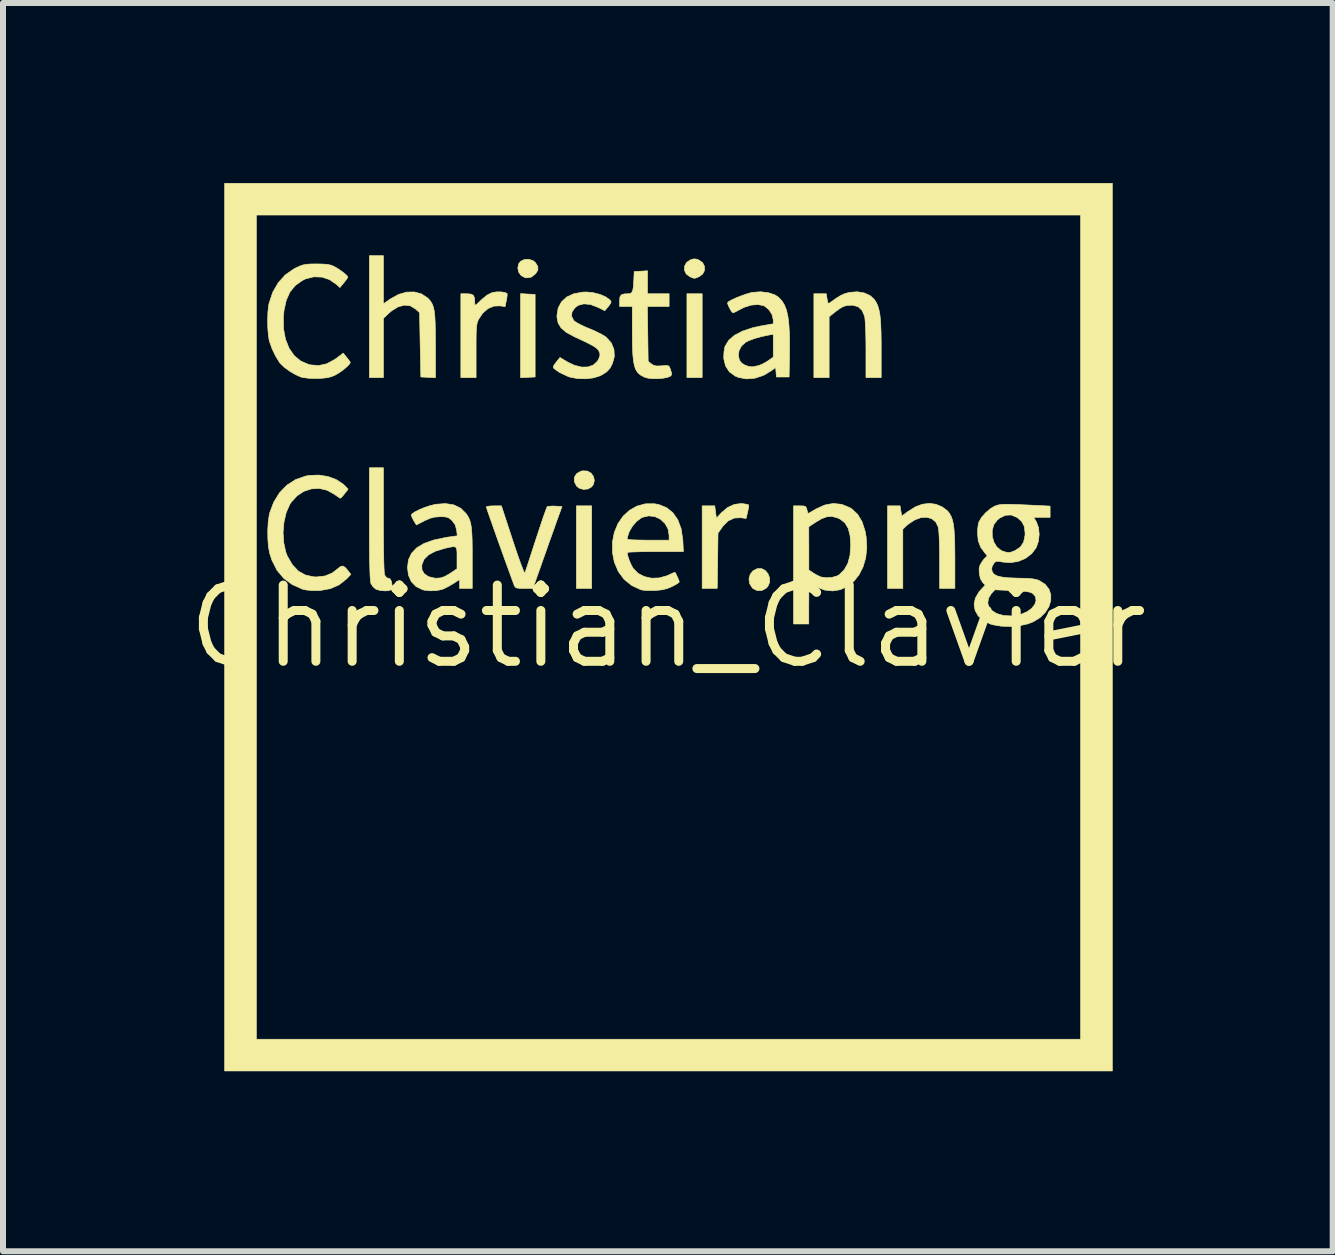
<source format=kicad_pcb>
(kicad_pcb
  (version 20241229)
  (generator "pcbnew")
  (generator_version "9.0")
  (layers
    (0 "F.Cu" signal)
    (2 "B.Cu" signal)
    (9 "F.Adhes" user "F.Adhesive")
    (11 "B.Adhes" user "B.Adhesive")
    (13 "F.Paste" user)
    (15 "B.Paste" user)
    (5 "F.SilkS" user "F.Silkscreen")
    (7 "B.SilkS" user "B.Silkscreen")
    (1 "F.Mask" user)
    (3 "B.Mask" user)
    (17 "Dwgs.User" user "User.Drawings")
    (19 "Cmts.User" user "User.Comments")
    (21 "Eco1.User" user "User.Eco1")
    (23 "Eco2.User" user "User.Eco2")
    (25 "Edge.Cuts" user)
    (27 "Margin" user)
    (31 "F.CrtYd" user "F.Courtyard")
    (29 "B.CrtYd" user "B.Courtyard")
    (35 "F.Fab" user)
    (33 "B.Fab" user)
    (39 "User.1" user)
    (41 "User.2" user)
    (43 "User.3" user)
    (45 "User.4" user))
  (footprint "Christian_Clavier"
    (layer "F.Cu")
    (at 8.081 7.392)
    (property "Reference" "Christian_Clavier" (at 0 0 0) (layer "F.SilkS") (effects (font (size 1.27 1.27) (thickness 0.15))))
    (attr through_hole)
    (fp_poly (pts (xy -1.27 -0.635) (xy -1.524 -0.635) (xy -1.524 -2.011) (xy -1.27 -2.011) (xy -1.27 -0.635)) (stroke (width 0.01) (type solid)) (fill yes) (layer "F.SilkS"))
    (fp_poly (pts (xy 0.572 -4.149) (xy 0.318 -4.149) (xy 0.318 -5.546) (xy 0.572 -5.546) (xy 0.572 -4.149)) (stroke (width 0.01) (type solid)) (fill yes) (layer "F.SilkS"))
    (fp_poly (pts (xy -2.334 -5.541) (xy -2.212 -5.535) (xy -2.212 -4.159) (xy -2.334 -4.153) (xy -2.455 -4.147) (xy -2.455 -5.548) (xy -2.334 -5.541)) (stroke (width 0.01) (type solid)) (fill yes) (layer "F.SilkS"))
    (fp_poly (pts (xy 7.408 7.408) (xy -7.387 7.408) (xy -7.387 -6.858) (xy -6.858 -6.858) (xy -6.858 6.879) (xy 6.879 6.879) (xy 6.879 -6.858) (xy -6.858 -6.858) (xy -7.387 -6.858) (xy -7.387 -7.387) (xy 7.408 -7.387) (xy 7.408 7.408)) (stroke (width 0.01) (type solid)) (fill yes) (layer "F.SilkS"))
    (fp_poly (pts (xy -1.341 -2.591) (xy -1.28 -2.556) (xy -1.239 -2.501) (xy -1.225 -2.434) (xy -1.241 -2.367) (xy -1.27 -2.328) (xy -1.333 -2.292) (xy -1.409 -2.285) (xy -1.481 -2.307) (xy -1.522 -2.342) (xy -1.559 -2.416) (xy -1.558 -2.487) (xy -1.521 -2.547) (xy -1.453 -2.587) (xy -1.418 -2.595) (xy -1.341 -2.591)) (stroke (width 0.01) (type solid)) (fill yes) (layer "F.SilkS"))
    (fp_poly (pts (xy -2.242 -6.095) (xy -2.207 -6.065) (xy -2.167 -6) (xy -2.166 -5.94) (xy -2.206 -5.877) (xy -2.207 -5.877) (xy -2.277 -5.823) (xy -2.356 -5.811) (xy -2.381 -5.815) (xy -2.445 -5.849) (xy -2.486 -5.906) (xy -2.501 -5.976) (xy -2.487 -6.043) (xy -2.457 -6.084) (xy -2.391 -6.117) (xy -2.314 -6.12) (xy -2.242 -6.095)) (stroke (width 0.01) (type solid)) (fill yes) (layer "F.SilkS"))
    (fp_poly (pts (xy 1.625 -0.933) (xy 1.67 -0.878) (xy 1.696 -0.809) (xy 1.696 -0.736) (xy 1.667 -0.669) (xy 1.641 -0.64) (xy 1.566 -0.6) (xy 1.488 -0.598) (xy 1.416 -0.635) (xy 1.407 -0.645) (xy 1.363 -0.714) (xy 1.352 -0.793) (xy 1.372 -0.868) (xy 1.42 -0.929) (xy 1.489 -0.964) (xy 1.563 -0.965) (xy 1.625 -0.933)) (stroke (width 0.01) (type solid)) (fill yes) (layer "F.SilkS"))
    (fp_poly (pts (xy 0.474 -6.124) (xy 0.518 -6.108) (xy 0.58 -6.063) (xy 0.611 -6.002) (xy 0.611 -5.934) (xy 0.579 -5.873) (xy 0.519 -5.83) (xy 0.47 -5.81) (xy 0.441 -5.803) (xy 0.411 -5.811) (xy 0.366 -5.831) (xy 0.306 -5.876) (xy 0.277 -5.938) (xy 0.279 -6.005) (xy 0.312 -6.067) (xy 0.371 -6.108) (xy 0.428 -6.127) (xy 0.474 -6.124)) (stroke (width 0.01) (type solid)) (fill yes) (layer "F.SilkS"))
    (fp_poly (pts (xy 1.25 -2.047) (xy 1.307 -2.038) (xy 1.342 -2.029) (xy 1.346 -2.026) (xy 1.347 -2.002) (xy 1.339 -1.951) (xy 1.33 -1.909) (xy 1.305 -1.801) (xy 1.217 -1.813) (xy 1.108 -1.808) (xy 1.008 -1.762) (xy 0.921 -1.676) (xy 0.904 -1.653) (xy 0.836 -1.556) (xy 0.83 -1.095) (xy 0.823 -0.635) (xy 0.572 -0.635) (xy 0.572 -2.011) (xy 0.782 -2.011) (xy 0.795 -1.908) (xy 0.809 -1.805) (xy 0.893 -1.896) (xy 0.995 -1.983) (xy 1.108 -2.035) (xy 1.223 -2.05) (xy 1.25 -2.047)) (stroke (width 0.01) (type solid)) (fill yes) (layer "F.SilkS"))
    (fp_poly (pts (xy -4.741 -1.779) (xy -4.741 -1.569) (xy -4.739 -1.378) (xy -4.737 -1.212) (xy -4.734 -1.073) (xy -4.73 -0.965) (xy -4.726 -0.892) (xy -4.721 -0.859) (xy -4.689 -0.815) (xy -4.658 -0.804) (xy -4.626 -0.792) (xy -4.606 -0.748) (xy -4.602 -0.73) (xy -4.595 -0.657) (xy -4.61 -0.615) (xy -4.654 -0.597) (xy -4.714 -0.594) (xy -4.788 -0.6) (xy -4.854 -0.617) (xy -4.871 -0.625) (xy -4.918 -0.667) (xy -4.951 -0.722) (xy -4.957 -0.763) (xy -4.963 -0.845) (xy -4.967 -0.967) (xy -4.971 -1.13) (xy -4.973 -1.335) (xy -4.974 -1.582) (xy -4.974 -1.718) (xy -4.974 -2.646) (xy -4.741 -2.646) (xy -4.741 -1.779)) (stroke (width 0.01) (type solid)) (fill yes) (layer "F.SilkS"))
    (fp_poly (pts (xy -4.741 -5.378) (xy -4.623 -5.46) (xy -4.491 -5.534) (xy -4.357 -5.573) (xy -4.227 -5.576) (xy -4.109 -5.545) (xy -4.007 -5.478) (xy -3.985 -5.457) (xy -3.953 -5.419) (xy -3.928 -5.377) (xy -3.908 -5.325) (xy -3.894 -5.26) (xy -3.884 -5.174) (xy -3.878 -5.064) (xy -3.875 -4.924) (xy -3.874 -4.748) (xy -3.873 -4.685) (xy -3.873 -4.147) (xy -3.995 -4.153) (xy -4.117 -4.159) (xy -4.128 -4.695) (xy -4.138 -5.232) (xy -4.207 -5.293) (xy -4.293 -5.345) (xy -4.39 -5.356) (xy -4.494 -5.329) (xy -4.602 -5.263) (xy -4.662 -5.211) (xy -4.741 -5.135) (xy -4.741 -4.149) (xy -4.974 -4.149) (xy -4.974 -6.181) (xy -4.741 -6.181) (xy -4.741 -5.378)) (stroke (width 0.01) (type solid)) (fill yes) (layer "F.SilkS"))
    (fp_poly (pts (xy -2.721 -5.569) (xy -2.683 -5.552) (xy -2.679 -5.548) (xy -2.678 -5.521) (xy -2.685 -5.467) (xy -2.692 -5.432) (xy -2.713 -5.331) (xy -2.792 -5.344) (xy -2.896 -5.341) (xy -2.996 -5.3) (xy -3.085 -5.223) (xy -3.156 -5.118) (xy -3.169 -5.087) (xy -3.18 -5.052) (xy -3.187 -5.006) (xy -3.192 -4.942) (xy -3.195 -4.855) (xy -3.196 -4.737) (xy -3.196 -4.594) (xy -3.196 -4.149) (xy -3.45 -4.149) (xy -3.45 -5.546) (xy -3.347 -5.546) (xy -3.28 -5.54) (xy -3.241 -5.519) (xy -3.222 -5.473) (xy -3.218 -5.394) (xy -3.218 -5.393) (xy -3.216 -5.365) (xy -3.207 -5.356) (xy -3.185 -5.371) (xy -3.142 -5.411) (xy -3.114 -5.439) (xy -3.017 -5.521) (xy -2.928 -5.565) (xy -2.923 -5.566) (xy -2.856 -5.577) (xy -2.784 -5.577) (xy -2.721 -5.569)) (stroke (width 0.01) (type solid)) (fill yes) (layer "F.SilkS"))
    (fp_poly (pts (xy 4.469 -2.037) (xy 4.573 -1.993) (xy 4.659 -1.929) (xy 4.692 -1.888) (xy 4.72 -1.839) (xy 4.741 -1.782) (xy 4.758 -1.71) (xy 4.77 -1.619) (xy 4.777 -1.504) (xy 4.782 -1.358) (xy 4.784 -1.177) (xy 4.784 -1.121) (xy 4.784 -0.635) (xy 4.53 -0.635) (xy 4.53 -1.106) (xy 4.529 -1.248) (xy 4.526 -1.38) (xy 4.522 -1.495) (xy 4.516 -1.585) (xy 4.51 -1.643) (xy 4.508 -1.655) (xy 4.466 -1.741) (xy 4.4 -1.796) (xy 4.316 -1.821) (xy 4.219 -1.815) (xy 4.115 -1.777) (xy 4.01 -1.708) (xy 3.974 -1.677) (xy 3.916 -1.622) (xy 3.916 -0.635) (xy 3.662 -0.635) (xy 3.662 -2.011) (xy 3.87 -2.011) (xy 3.884 -1.926) (xy 3.899 -1.841) (xy 4.004 -1.918) (xy 4.127 -1.995) (xy 4.242 -2.038) (xy 4.361 -2.052) (xy 4.469 -2.037)) (stroke (width 0.01) (type solid)) (fill yes) (layer "F.SilkS"))
    (fp_poly (pts (xy 3.272 -5.56) (xy 3.372 -5.515) (xy 3.438 -5.455) (xy 3.473 -5.402) (xy 3.5 -5.342) (xy 3.521 -5.269) (xy 3.537 -5.178) (xy 3.547 -5.064) (xy 3.553 -4.921) (xy 3.556 -4.744) (xy 3.556 -4.642) (xy 3.556 -4.149) (xy 3.302 -4.149) (xy 3.302 -4.62) (xy 3.301 -4.772) (xy 3.298 -4.91) (xy 3.293 -5.026) (xy 3.287 -5.114) (xy 3.28 -5.168) (xy 3.279 -5.173) (xy 3.237 -5.268) (xy 3.175 -5.328) (xy 3.088 -5.354) (xy 3.058 -5.355) (xy 2.987 -5.351) (xy 2.927 -5.335) (xy 2.865 -5.3) (xy 2.788 -5.243) (xy 2.778 -5.235) (xy 2.688 -5.162) (xy 2.688 -4.149) (xy 2.434 -4.149) (xy 2.434 -5.546) (xy 2.64 -5.546) (xy 2.654 -5.459) (xy 2.664 -5.405) (xy 2.676 -5.386) (xy 2.699 -5.394) (xy 2.715 -5.406) (xy 2.807 -5.471) (xy 2.877 -5.515) (xy 2.936 -5.543) (xy 2.995 -5.561) (xy 3.03 -5.569) (xy 3.155 -5.579) (xy 3.272 -5.56)) (stroke (width 0.01) (type solid)) (fill yes) (layer "F.SilkS"))
    (fp_poly (pts (xy -0.339 -5.546) (xy 0.021 -5.546) (xy 0.021 -5.334) (xy -0.341 -5.334) (xy -0.328 -4.42) (xy -0.275 -4.377) (xy -0.235 -4.352) (xy -0.188 -4.342) (xy -0.118 -4.344) (xy -0.102 -4.345) (xy -0.034 -4.35) (xy 0.005 -4.347) (xy 0.025 -4.33) (xy 0.04 -4.295) (xy 0.041 -4.292) (xy 0.057 -4.238) (xy 0.064 -4.199) (xy 0.044 -4.173) (xy -0.007 -4.152) (xy -0.081 -4.138) (xy -0.167 -4.13) (xy -0.255 -4.131) (xy -0.335 -4.14) (xy -0.392 -4.157) (xy -0.449 -4.187) (xy -0.495 -4.224) (xy -0.53 -4.273) (xy -0.555 -4.338) (xy -0.573 -4.425) (xy -0.584 -4.539) (xy -0.59 -4.685) (xy -0.592 -4.868) (xy -0.592 -4.884) (xy -0.593 -5.334) (xy -0.804 -5.334) (xy -0.804 -5.427) (xy -0.799 -5.491) (xy -0.777 -5.527) (xy -0.729 -5.543) (xy -0.666 -5.546) (xy -0.628 -5.549) (xy -0.603 -5.565) (xy -0.586 -5.599) (xy -0.575 -5.658) (xy -0.569 -5.751) (xy -0.566 -5.8) (xy -0.561 -5.916) (xy -0.45 -5.922) (xy -0.339 -5.929) (xy -0.339 -5.546)) (stroke (width 0.01) (type solid)) (fill yes) (layer "F.SilkS"))
    (fp_poly (pts (xy -2.585 -1.434) (xy -2.536 -1.288) (xy -2.492 -1.158) (xy -2.452 -1.048) (xy -2.42 -0.964) (xy -2.397 -0.909) (xy -2.385 -0.888) (xy -2.384 -0.889) (xy -2.374 -0.917) (xy -2.353 -0.98) (xy -2.323 -1.071) (xy -2.286 -1.186) (xy -2.243 -1.318) (xy -2.2 -1.45) (xy -2.153 -1.592) (xy -2.11 -1.722) (xy -2.073 -1.832) (xy -2.042 -1.918) (xy -2.021 -1.975) (xy -2.012 -1.996) (xy -1.983 -2.004) (xy -1.927 -2.008) (xy -1.88 -2.007) (xy -1.764 -2) (xy -1.852 -1.757) (xy -1.886 -1.66) (xy -1.931 -1.534) (xy -1.983 -1.39) (xy -2.036 -1.238) (xy -2.089 -1.089) (xy -2.094 -1.074) (xy -2.249 -0.635) (xy -2.395 -0.635) (xy -2.472 -0.636) (xy -2.518 -0.642) (xy -2.543 -0.655) (xy -2.559 -0.681) (xy -2.563 -0.693) (xy -2.586 -0.755) (xy -2.619 -0.844) (xy -2.659 -0.955) (xy -2.705 -1.081) (xy -2.754 -1.218) (xy -2.805 -1.36) (xy -2.855 -1.5) (xy -2.902 -1.633) (xy -2.944 -1.753) (xy -2.98 -1.855) (xy -3.007 -1.933) (xy -3.023 -1.981) (xy -3.027 -1.993) (xy -3.008 -2.003) (xy -2.958 -2.009) (xy -2.901 -2.011) (xy -2.774 -2.011) (xy -2.585 -1.434)) (stroke (width 0.01) (type solid)) (fill yes) (layer "F.SilkS"))
    (fp_poly (pts (xy -5.666 -2.5) (xy -5.527 -2.449) (xy -5.413 -2.374) (xy -5.385 -2.348) (xy -5.329 -2.289) (xy -5.387 -2.214) (xy -5.425 -2.168) (xy -5.452 -2.141) (xy -5.458 -2.138) (xy -5.481 -2.151) (xy -5.526 -2.181) (xy -5.555 -2.202) (xy -5.678 -2.271) (xy -5.808 -2.301) (xy -5.941 -2.294) (xy -6.067 -2.253) (xy -6.182 -2.177) (xy -6.279 -2.069) (xy -6.3 -2.037) (xy -6.361 -1.9) (xy -6.398 -1.74) (xy -6.413 -1.568) (xy -6.402 -1.398) (xy -6.368 -1.241) (xy -6.341 -1.171) (xy -6.258 -1.029) (xy -6.159 -0.924) (xy -6.041 -0.858) (xy -5.904 -0.828) (xy -5.857 -0.826) (xy -5.715 -0.842) (xy -5.594 -0.892) (xy -5.508 -0.958) (xy -5.457 -0.999) (xy -5.416 -1.008) (xy -5.374 -0.982) (xy -5.326 -0.924) (xy -5.283 -0.868) (xy -5.356 -0.793) (xy -5.479 -0.695) (xy -5.624 -0.631) (xy -5.793 -0.601) (xy -5.829 -0.599) (xy -5.941 -0.6) (xy -6.036 -0.61) (xy -6.085 -0.621) (xy -6.259 -0.698) (xy -6.401 -0.802) (xy -6.514 -0.937) (xy -6.598 -1.103) (xy -6.637 -1.222) (xy -6.657 -1.331) (xy -6.667 -1.466) (xy -6.668 -1.611) (xy -6.66 -1.75) (xy -6.642 -1.867) (xy -6.637 -1.89) (xy -6.569 -2.072) (xy -6.473 -2.228) (xy -6.351 -2.354) (xy -6.206 -2.448) (xy -6.041 -2.506) (xy -5.977 -2.518) (xy -5.819 -2.524) (xy -5.666 -2.5)) (stroke (width 0.01) (type solid)) (fill yes) (layer "F.SilkS"))
    (fp_poly (pts (xy 2.898 -2.036) (xy 3.033 -1.981) (xy 3.063 -1.962) (xy 3.162 -1.871) (xy 3.237 -1.747) (xy 3.288 -1.588) (xy 3.305 -1.496) (xy 3.316 -1.314) (xy 3.298 -1.145) (xy 3.253 -0.993) (xy 3.186 -0.861) (xy 3.098 -0.751) (xy 2.993 -0.668) (xy 2.875 -0.614) (xy 2.747 -0.593) (xy 2.611 -0.608) (xy 2.485 -0.656) (xy 2.421 -0.688) (xy 2.374 -0.711) (xy 2.355 -0.719) (xy 2.353 -0.7) (xy 2.351 -0.644) (xy 2.35 -0.561) (xy 2.35 -0.457) (xy 2.349 -0.381) (xy 2.349 -0.042) (xy 2.095 -0.042) (xy 2.095 -1.663) (xy 2.349 -1.663) (xy 2.35 -1.303) (xy 2.35 -0.942) (xy 2.422 -0.893) (xy 2.485 -0.856) (xy 2.546 -0.828) (xy 2.554 -0.825) (xy 2.64 -0.812) (xy 2.734 -0.818) (xy 2.819 -0.842) (xy 2.855 -0.862) (xy 2.941 -0.947) (xy 3.001 -1.054) (xy 3.036 -1.188) (xy 3.048 -1.353) (xy 3.048 -1.357) (xy 3.038 -1.512) (xy 3.007 -1.634) (xy 2.953 -1.725) (xy 2.875 -1.788) (xy 2.826 -1.811) (xy 2.737 -1.834) (xy 2.653 -1.83) (xy 2.561 -1.796) (xy 2.468 -1.741) (xy 2.349 -1.663) (xy 2.095 -1.663) (xy 2.095 -2.011) (xy 2.2 -2.011) (xy 2.262 -2.009) (xy 2.295 -1.999) (xy 2.311 -1.973) (xy 2.318 -1.947) (xy 2.329 -1.903) (xy 2.338 -1.884) (xy 2.338 -1.884) (xy 2.358 -1.894) (xy 2.404 -1.92) (xy 2.466 -1.957) (xy 2.612 -2.024) (xy 2.757 -2.051) (xy 2.898 -2.036)) (stroke (width 0.01) (type solid)) (fill yes) (layer "F.SilkS"))
    (fp_poly (pts (xy -1.244 -5.564) (xy -1.134 -5.536) (xy -1.038 -5.495) (xy -0.969 -5.446) (xy -0.965 -5.442) (xy -0.947 -5.416) (xy -0.951 -5.39) (xy -0.979 -5.35) (xy -0.992 -5.334) (xy -1.051 -5.263) (xy -1.165 -5.32) (xy -1.289 -5.367) (xy -1.399 -5.378) (xy -1.492 -5.354) (xy -1.547 -5.314) (xy -1.597 -5.243) (xy -1.605 -5.173) (xy -1.572 -5.106) (xy -1.561 -5.093) (xy -1.521 -5.065) (xy -1.452 -5.028) (xy -1.366 -4.988) (xy -1.307 -4.964) (xy -1.211 -4.923) (xy -1.122 -4.879) (xy -1.051 -4.838) (xy -1.025 -4.819) (xy -0.942 -4.726) (xy -0.898 -4.617) (xy -0.892 -4.498) (xy -0.922 -4.387) (xy -0.964 -4.305) (xy -1.018 -4.246) (xy -1.096 -4.196) (xy -1.132 -4.178) (xy -1.239 -4.144) (xy -1.368 -4.129) (xy -1.502 -4.132) (xy -1.625 -4.155) (xy -1.65 -4.162) (xy -1.802 -4.232) (xy -1.889 -4.293) (xy -1.909 -4.314) (xy -1.908 -4.337) (xy -1.885 -4.374) (xy -1.862 -4.404) (xy -1.798 -4.484) (xy -1.68 -4.412) (xy -1.556 -4.353) (xy -1.438 -4.324) (xy -1.331 -4.326) (xy -1.242 -4.358) (xy -1.175 -4.42) (xy -1.157 -4.45) (xy -1.134 -4.506) (xy -1.132 -4.547) (xy -1.147 -4.587) (xy -1.163 -4.613) (xy -1.188 -4.638) (xy -1.227 -4.666) (xy -1.287 -4.7) (xy -1.372 -4.743) (xy -1.487 -4.797) (xy -1.572 -4.837) (xy -1.695 -4.904) (xy -1.779 -4.977) (xy -1.829 -5.059) (xy -1.848 -5.157) (xy -1.848 -5.184) (xy -1.828 -5.309) (xy -1.772 -5.412) (xy -1.685 -5.492) (xy -1.567 -5.546) (xy -1.423 -5.573) (xy -1.355 -5.575) (xy -1.244 -5.564)) (stroke (width 0.01) (type solid)) (fill yes) (layer "F.SilkS"))
    (fp_poly (pts (xy -5.748 -6.041) (xy -5.673 -6.035) (xy -5.617 -6.023) (xy -5.567 -6.003) (xy -5.554 -5.996) (xy -5.489 -5.958) (xy -5.425 -5.913) (xy -5.372 -5.87) (xy -5.339 -5.836) (xy -5.334 -5.824) (xy -5.346 -5.8) (xy -5.378 -5.757) (xy -5.4 -5.729) (xy -5.466 -5.649) (xy -5.522 -5.701) (xy -5.637 -5.781) (xy -5.766 -5.824) (xy -5.902 -5.828) (xy -6.038 -5.794) (xy -6.091 -5.768) (xy -6.208 -5.685) (xy -6.298 -5.576) (xy -6.36 -5.438) (xy -6.397 -5.269) (xy -6.408 -5.154) (xy -6.405 -4.958) (xy -6.372 -4.785) (xy -6.312 -4.636) (xy -6.227 -4.514) (xy -6.118 -4.424) (xy -5.986 -4.367) (xy -5.96 -4.361) (xy -5.82 -4.349) (xy -5.684 -4.379) (xy -5.551 -4.451) (xy -5.526 -4.469) (xy -5.411 -4.556) (xy -5.352 -4.485) (xy -5.316 -4.438) (xy -5.295 -4.406) (xy -5.292 -4.4) (xy -5.308 -4.372) (xy -5.35 -4.329) (xy -5.408 -4.28) (xy -5.474 -4.232) (xy -5.535 -4.196) (xy -5.599 -4.167) (xy -5.665 -4.149) (xy -5.746 -4.139) (xy -5.831 -4.134) (xy -5.974 -4.136) (xy -6.084 -4.15) (xy -6.115 -4.158) (xy -6.204 -4.197) (xy -6.3 -4.253) (xy -6.389 -4.318) (xy -6.457 -4.382) (xy -6.47 -4.398) (xy -6.535 -4.502) (xy -6.595 -4.626) (xy -6.638 -4.748) (xy -6.645 -4.773) (xy -6.659 -4.864) (xy -6.668 -4.981) (xy -6.67 -5.11) (xy -6.666 -5.236) (xy -6.655 -5.343) (xy -6.647 -5.384) (xy -6.586 -5.569) (xy -6.494 -5.729) (xy -6.374 -5.862) (xy -6.228 -5.963) (xy -6.206 -5.974) (xy -6.137 -6.006) (xy -6.081 -6.026) (xy -6.022 -6.037) (xy -5.949 -6.042) (xy -5.853 -6.043) (xy -5.748 -6.041)) (stroke (width 0.01) (type solid)) (fill yes) (layer "F.SilkS"))
    (fp_poly (pts (xy -0.151 -2.033) (xy -0.022 -1.981) (xy 0.084 -1.896) (xy 0.166 -1.778) (xy 0.221 -1.631) (xy 0.248 -1.456) (xy 0.25 -1.434) (xy 0.259 -1.249) (xy -0.209 -1.249) (xy -0.345 -1.248) (xy -0.465 -1.246) (xy -0.564 -1.243) (xy -0.635 -1.24) (xy -0.673 -1.235) (xy -0.677 -1.233) (xy -0.667 -1.174) (xy -0.641 -1.097) (xy -0.607 -1.02) (xy -0.578 -0.969) (xy -0.498 -0.887) (xy -0.392 -0.832) (xy -0.271 -0.805) (xy -0.142 -0.81) (xy -0.014 -0.846) (xy 0.01 -0.857) (xy 0.068 -0.884) (xy 0.107 -0.901) (xy 0.118 -0.904) (xy 0.136 -0.874) (xy 0.159 -0.826) (xy 0.18 -0.778) (xy 0.19 -0.746) (xy 0.191 -0.744) (xy 0.173 -0.726) (xy 0.127 -0.696) (xy 0.069 -0.666) (xy -0.016 -0.631) (xy -0.101 -0.611) (xy -0.206 -0.601) (xy -0.222 -0.601) (xy -0.31 -0.6) (xy -0.387 -0.603) (xy -0.439 -0.61) (xy -0.445 -0.611) (xy -0.601 -0.683) (xy -0.729 -0.786) (xy -0.826 -0.917) (xy -0.892 -1.073) (xy -0.922 -1.228) (xy -0.923 -1.405) (xy -0.914 -1.455) (xy -0.677 -1.455) (xy -0.657 -1.45) (xy -0.602 -1.445) (xy -0.518 -1.442) (xy -0.413 -1.44) (xy -0.328 -1.439) (xy 0.021 -1.439) (xy 0.021 -1.519) (xy 0.003 -1.627) (xy -0.048 -1.718) (xy -0.123 -1.788) (xy -0.216 -1.832) (xy -0.317 -1.844) (xy -0.42 -1.821) (xy -0.442 -1.811) (xy -0.52 -1.753) (xy -0.591 -1.671) (xy -0.645 -1.578) (xy -0.674 -1.487) (xy -0.677 -1.455) (xy -0.914 -1.455) (xy -0.892 -1.568) (xy -0.832 -1.714) (xy -0.746 -1.838) (xy -0.639 -1.937) (xy -0.514 -2.007) (xy -0.375 -2.045) (xy -0.225 -2.046) (xy -0.151 -2.033)) (stroke (width 0.01) (type solid)) (fill yes) (layer "F.SilkS"))
    (fp_poly (pts (xy 1.674 -5.564) (xy 1.784 -5.527) (xy 1.843 -5.489) (xy 1.898 -5.432) (xy 1.943 -5.361) (xy 1.977 -5.274) (xy 2.002 -5.164) (xy 2.018 -5.027) (xy 2.027 -4.86) (xy 2.029 -4.657) (xy 2.028 -4.551) (xy 2.021 -4.159) (xy 1.81 -4.159) (xy 1.803 -4.239) (xy 1.797 -4.318) (xy 1.728 -4.266) (xy 1.595 -4.186) (xy 1.453 -4.139) (xy 1.312 -4.127) (xy 1.178 -4.151) (xy 1.121 -4.175) (xy 1.025 -4.245) (xy 0.962 -4.342) (xy 0.933 -4.461) (xy 0.932 -4.502) (xy 0.933 -4.518) (xy 1.175 -4.518) (xy 1.192 -4.441) (xy 1.228 -4.392) (xy 1.283 -4.357) (xy 1.352 -4.333) (xy 1.412 -4.328) (xy 1.418 -4.329) (xy 1.462 -4.338) (xy 1.511 -4.349) (xy 1.565 -4.369) (xy 1.632 -4.405) (xy 1.665 -4.426) (xy 1.757 -4.489) (xy 1.757 -4.87) (xy 1.677 -4.857) (xy 1.556 -4.831) (xy 1.439 -4.798) (xy 1.341 -4.761) (xy 1.294 -4.736) (xy 1.228 -4.676) (xy 1.187 -4.6) (xy 1.175 -4.518) (xy 0.933 -4.518) (xy 0.936 -4.579) (xy 0.947 -4.648) (xy 0.954 -4.671) (xy 1.013 -4.768) (xy 1.11 -4.853) (xy 1.244 -4.923) (xy 1.412 -4.979) (xy 1.548 -5.009) (xy 1.757 -5.045) (xy 1.757 -5.11) (xy 1.737 -5.198) (xy 1.686 -5.279) (xy 1.613 -5.339) (xy 1.593 -5.348) (xy 1.502 -5.366) (xy 1.391 -5.357) (xy 1.275 -5.321) (xy 1.194 -5.281) (xy 1.138 -5.25) (xy 1.096 -5.231) (xy 1.085 -5.228) (xy 1.066 -5.245) (xy 1.04 -5.286) (xy 1.014 -5.337) (xy 0.997 -5.38) (xy 0.995 -5.395) (xy 1.013 -5.415) (xy 1.063 -5.443) (xy 1.134 -5.476) (xy 1.216 -5.509) (xy 1.301 -5.539) (xy 1.378 -5.562) (xy 1.414 -5.569) (xy 1.547 -5.579) (xy 1.674 -5.564)) (stroke (width 0.01) (type solid)) (fill yes) (layer "F.SilkS"))
    (fp_poly (pts (xy -3.566 -2.027) (xy -3.451 -1.97) (xy -3.359 -1.878) (xy -3.35 -1.865) (xy -3.323 -1.82) (xy -3.302 -1.773) (xy -3.286 -1.718) (xy -3.275 -1.648) (xy -3.267 -1.559) (xy -3.262 -1.443) (xy -3.26 -1.297) (xy -3.26 -1.138) (xy -3.26 -0.635) (xy -3.471 -0.635) (xy -3.471 -0.783) (xy -3.582 -0.712) (xy -3.656 -0.669) (xy -3.727 -0.633) (xy -3.766 -0.617) (xy -3.853 -0.6) (xy -3.957 -0.595) (xy -4.055 -0.605) (xy -4.087 -0.613) (xy -4.196 -0.666) (xy -4.276 -0.748) (xy -4.324 -0.857) (xy -4.339 -0.984) (xy -4.334 -1.026) (xy -4.101 -1.026) (xy -4.098 -0.945) (xy -4.06 -0.879) (xy -3.989 -0.831) (xy -3.891 -0.807) (xy -3.85 -0.805) (xy -3.782 -0.811) (xy -3.719 -0.833) (xy -3.642 -0.877) (xy -3.633 -0.883) (xy -3.514 -0.962) (xy -3.514 -1.148) (xy -3.514 -1.24) (xy -3.52 -1.297) (xy -3.539 -1.326) (xy -3.579 -1.331) (xy -3.648 -1.319) (xy -3.721 -1.302) (xy -3.874 -1.255) (xy -3.987 -1.195) (xy -4.059 -1.124) (xy -4.065 -1.116) (xy -4.101 -1.026) (xy -4.334 -1.026) (xy -4.323 -1.112) (xy -4.272 -1.22) (xy -4.186 -1.311) (xy -4.064 -1.384) (xy -3.904 -1.441) (xy -3.706 -1.483) (xy -3.678 -1.488) (xy -3.509 -1.512) (xy -3.52 -1.605) (xy -3.544 -1.694) (xy -3.596 -1.765) (xy -3.638 -1.802) (xy -3.677 -1.821) (xy -3.73 -1.829) (xy -3.795 -1.83) (xy -3.885 -1.824) (xy -3.963 -1.804) (xy -4.052 -1.764) (xy -4.059 -1.761) (xy -4.191 -1.693) (xy -4.233 -1.762) (xy -4.261 -1.814) (xy -4.275 -1.854) (xy -4.276 -1.858) (xy -4.257 -1.883) (xy -4.207 -1.916) (xy -4.134 -1.951) (xy -4.049 -1.986) (xy -3.961 -2.015) (xy -3.878 -2.035) (xy -3.869 -2.037) (xy -3.706 -2.049) (xy -3.566 -2.027)) (stroke (width 0.01) (type solid)) (fill yes) (layer "F.SilkS"))
    (fp_poly (pts (xy 5.76 -2.035) (xy 5.886 -2.03) (xy 6.047 -2.023) (xy 6.08 -2.021) (xy 6.371 -2.007) (xy 6.371 -1.82) (xy 6.097 -1.82) (xy 6.143 -1.743) (xy 6.178 -1.649) (xy 6.189 -1.536) (xy 6.176 -1.419) (xy 6.14 -1.316) (xy 6.066 -1.216) (xy 5.963 -1.137) (xy 5.841 -1.085) (xy 5.707 -1.064) (xy 5.581 -1.074) (xy 5.515 -1.086) (xy 5.476 -1.086) (xy 5.45 -1.071) (xy 5.435 -1.054) (xy 5.406 -1.004) (xy 5.397 -0.965) (xy 5.406 -0.913) (xy 5.434 -0.873) (xy 5.487 -0.844) (xy 5.567 -0.824) (xy 5.68 -0.812) (xy 5.83 -0.806) (xy 5.884 -0.805) (xy 6.003 -0.802) (xy 6.091 -0.793) (xy 6.157 -0.778) (xy 6.193 -0.764) (xy 6.29 -0.702) (xy 6.352 -0.622) (xy 6.383 -0.53) (xy 6.382 -0.431) (xy 6.351 -0.331) (xy 6.292 -0.236) (xy 6.207 -0.151) (xy 6.096 -0.082) (xy 6 -0.044) (xy 5.86 -0.013) (xy 5.706 -0.000455) (xy 5.553 -0.006) (xy 5.417 -0.029) (xy 5.38 -0.04) (xy 5.26 -0.099) (xy 5.173 -0.177) (xy 5.121 -0.269) (xy 5.104 -0.37) (xy 5.109 -0.392) (xy 5.332 -0.392) (xy 5.354 -0.316) (xy 5.385 -0.277) (xy 5.478 -0.217) (xy 5.596 -0.183) (xy 5.729 -0.176) (xy 5.868 -0.198) (xy 5.885 -0.203) (xy 5.985 -0.245) (xy 6.063 -0.301) (xy 6.115 -0.366) (xy 6.137 -0.433) (xy 6.127 -0.497) (xy 6.087 -0.546) (xy 6.059 -0.563) (xy 6.02 -0.575) (xy 5.962 -0.585) (xy 5.878 -0.592) (xy 5.761 -0.599) (xy 5.743 -0.599) (xy 5.45 -0.612) (xy 5.392 -0.549) (xy 5.345 -0.473) (xy 5.332 -0.392) (xy 5.109 -0.392) (xy 5.126 -0.475) (xy 5.187 -0.578) (xy 5.207 -0.601) (xy 5.29 -0.691) (xy 5.246 -0.735) (xy 5.208 -0.8) (xy 5.191 -0.887) (xy 5.188 -0.962) (xy 5.201 -1.018) (xy 5.236 -1.079) (xy 5.236 -1.08) (xy 5.274 -1.129) (xy 5.306 -1.16) (xy 5.317 -1.164) (xy 5.32 -1.177) (xy 5.299 -1.21) (xy 5.287 -1.222) (xy 5.214 -1.321) (xy 5.173 -1.43) (xy 5.162 -1.552) (xy 5.164 -1.603) (xy 5.406 -1.603) (xy 5.407 -1.504) (xy 5.433 -1.409) (xy 5.482 -1.327) (xy 5.553 -1.268) (xy 5.595 -1.251) (xy 5.654 -1.235) (xy 5.696 -1.233) (xy 5.74 -1.246) (xy 5.793 -1.269) (xy 5.877 -1.326) (xy 5.93 -1.408) (xy 5.953 -1.519) (xy 5.954 -1.56) (xy 5.941 -1.668) (xy 5.898 -1.751) (xy 5.822 -1.817) (xy 5.814 -1.821) (xy 5.72 -1.859) (xy 5.626 -1.854) (xy 5.532 -1.808) (xy 5.488 -1.772) (xy 5.432 -1.696) (xy 5.406 -1.603) (xy 5.164 -1.603) (xy 5.165 -1.633) (xy 5.174 -1.703) (xy 5.183 -1.739) (xy 5.227 -1.816) (xy 5.297 -1.896) (xy 5.379 -1.965) (xy 5.427 -1.995) (xy 5.461 -2.011) (xy 5.495 -2.023) (xy 5.537 -2.031) (xy 5.591 -2.036) (xy 5.663 -2.037) (xy 5.76 -2.035)) (stroke (width 0.01) (type solid)) (fill yes) (layer "F.SilkS")))
  (gr_rect
    (start -3 -3)
    (end 19.162 17.805)
    (stroke (width 0.1) (type default))
    (fill no)
    (layer "Edge.Cuts")))
</source>
